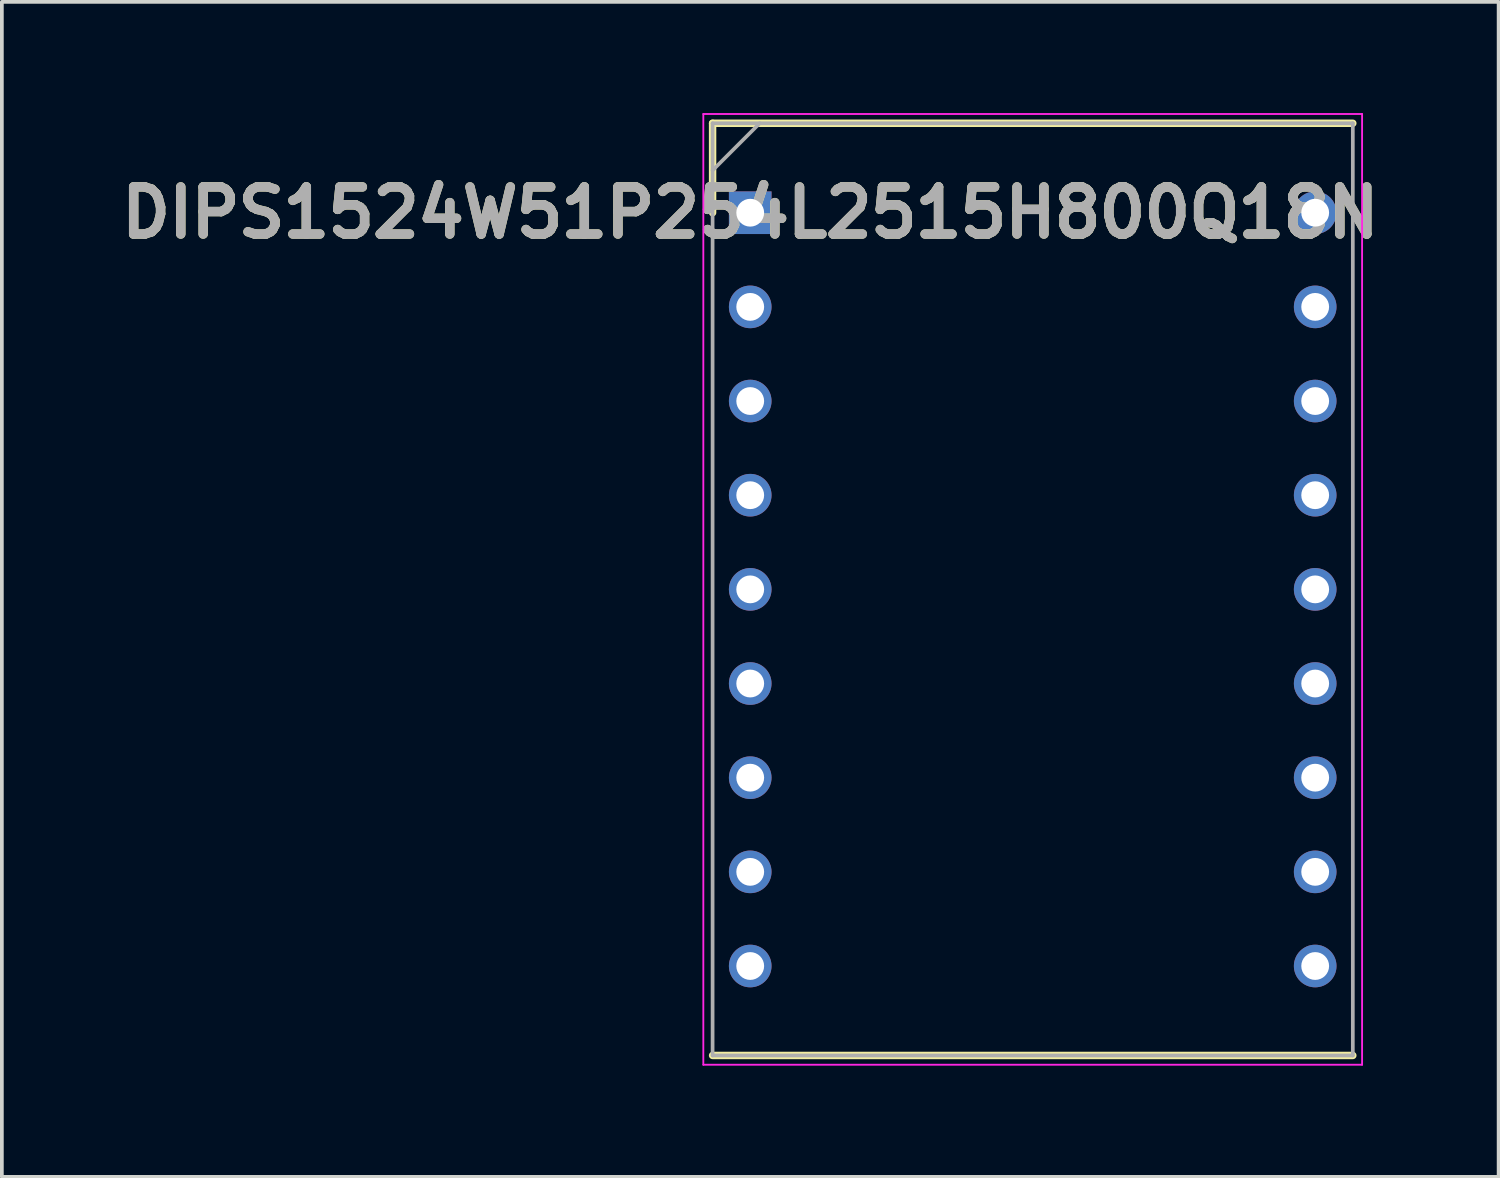
<source format=kicad_pcb>
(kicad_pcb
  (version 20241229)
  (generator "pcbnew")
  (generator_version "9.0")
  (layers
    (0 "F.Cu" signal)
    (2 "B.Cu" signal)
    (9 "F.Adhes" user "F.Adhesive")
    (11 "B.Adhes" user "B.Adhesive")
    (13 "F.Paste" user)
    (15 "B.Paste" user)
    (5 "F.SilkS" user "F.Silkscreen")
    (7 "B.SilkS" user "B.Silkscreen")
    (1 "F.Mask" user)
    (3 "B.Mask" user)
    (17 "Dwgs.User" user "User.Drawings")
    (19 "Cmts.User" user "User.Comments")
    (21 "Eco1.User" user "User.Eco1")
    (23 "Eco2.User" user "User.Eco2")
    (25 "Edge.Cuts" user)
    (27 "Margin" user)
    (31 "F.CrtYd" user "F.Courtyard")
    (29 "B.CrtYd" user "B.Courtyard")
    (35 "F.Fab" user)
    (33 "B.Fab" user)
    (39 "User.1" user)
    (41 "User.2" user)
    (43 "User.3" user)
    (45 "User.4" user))
  (footprint "DIPS1524W51P254L2515H800Q18N"
    (layer "F.Cu")
    (at 17.187 2.688)
    (property "Reference" "DIPS1524W51P254L2515H800Q18N" (at 0 0 0) (layer "F.SilkS") (effects (font (size 1.27 1.27) (thickness 0.254))))
    (attr through_hole)
    (fp_line (start -1.015 -2.413) (end -1.015 0) (stroke (width 0.2) (type solid)) (layer "F.SilkS"))
    (fp_line (start -1.015 22.733) (end 16.255 22.733) (stroke (width 0.2) (type solid)) (layer "F.SilkS"))
    (fp_line (start 16.255 -2.413) (end -1.015 -2.413) (stroke (width 0.2) (type solid)) (layer "F.SilkS"))
    (fp_line (start -1.265 -2.663) (end 16.505 -2.663) (stroke (width 0.05) (type solid)) (layer "F.CrtYd"))
    (fp_line (start -1.265 22.983) (end -1.265 -2.663) (stroke (width 0.05) (type solid)) (layer "F.CrtYd"))
    (fp_line (start 16.505 -2.663) (end 16.505 22.983) (stroke (width 0.05) (type solid)) (layer "F.CrtYd"))
    (fp_line (start 16.505 22.983) (end -1.265 22.983) (stroke (width 0.05) (type solid)) (layer "F.CrtYd"))
    (fp_line (start -1.015 -2.413) (end 16.255 -2.413) (stroke (width 0.1) (type solid)) (layer "F.Fab"))
    (fp_line (start -1.015 -1.143) (end 0.255 -2.413) (stroke (width 0.1) (type solid)) (layer "F.Fab"))
    (fp_line (start -1.015 22.733) (end -1.015 -2.413) (stroke (width 0.1) (type solid)) (layer "F.Fab"))
    (fp_line (start 16.255 -2.413) (end 16.255 22.733) (stroke (width 0.1) (type solid)) (layer "F.Fab"))
    (fp_line (start 16.255 22.733) (end -1.015 22.733) (stroke (width 0.1) (type solid)) (layer "F.Fab"))
    (fp_text user "${REFERENCE}" (at 0 0 0) (layer "F.Fab") (effects (font (size 1.27 1.27) (thickness 0.254))))
    (pad "1" thru_hole rect (at 0 0) (size 1.15 1.15) (drill 0.75) (layers "*.Cu" "*.Mask"))
    (pad "2" thru_hole circle (at 0 2.54) (size 1.15 1.15) (drill 0.75) (layers "*.Cu" "*.Mask"))
    (pad "3" thru_hole circle (at 0 5.08) (size 1.15 1.15) (drill 0.75) (layers "*.Cu" "*.Mask"))
    (pad "4" thru_hole circle (at 0 7.62) (size 1.15 1.15) (drill 0.75) (layers "*.Cu" "*.Mask"))
    (pad "5" thru_hole circle (at 0 10.16) (size 1.15 1.15) (drill 0.75) (layers "*.Cu" "*.Mask"))
    (pad "6" thru_hole circle (at 0 12.7) (size 1.15 1.15) (drill 0.75) (layers "*.Cu" "*.Mask"))
    (pad "7" thru_hole circle (at 0 15.24) (size 1.15 1.15) (drill 0.75) (layers "*.Cu" "*.Mask"))
    (pad "8" thru_hole circle (at 0 17.78) (size 1.15 1.15) (drill 0.75) (layers "*.Cu" "*.Mask"))
    (pad "9" thru_hole circle (at 0 20.32) (size 1.15 1.15) (drill 0.75) (layers "*.Cu" "*.Mask"))
    (pad "10" thru_hole circle (at 15.24 20.32) (size 1.15 1.15) (drill 0.75) (layers "*.Cu" "*.Mask"))
    (pad "11" thru_hole circle (at 15.24 17.78) (size 1.15 1.15) (drill 0.75) (layers "*.Cu" "*.Mask"))
    (pad "12" thru_hole circle (at 15.24 15.24) (size 1.15 1.15) (drill 0.75) (layers "*.Cu" "*.Mask"))
    (pad "13" thru_hole circle (at 15.24 12.7) (size 1.15 1.15) (drill 0.75) (layers "*.Cu" "*.Mask"))
    (pad "14" thru_hole circle (at 15.24 10.16) (size 1.15 1.15) (drill 0.75) (layers "*.Cu" "*.Mask"))
    (pad "15" thru_hole circle (at 15.24 7.62) (size 1.15 1.15) (drill 0.75) (layers "*.Cu" "*.Mask"))
    (pad "16" thru_hole circle (at 15.24 5.08) (size 1.15 1.15) (drill 0.75) (layers "*.Cu" "*.Mask"))
    (pad "17" thru_hole circle (at 15.24 2.54) (size 1.15 1.15) (drill 0.75) (layers "*.Cu" "*.Mask"))
    (pad "18" thru_hole circle (at 15.24 0) (size 1.15 1.15) (drill 0.75) (layers "*.Cu" "*.Mask")))
  (gr_rect
    (start -3 -3)
    (end 37.375 28.696)
    (stroke (width 0.1) (type default))
    (fill no)
    (layer "Edge.Cuts")))
</source>
